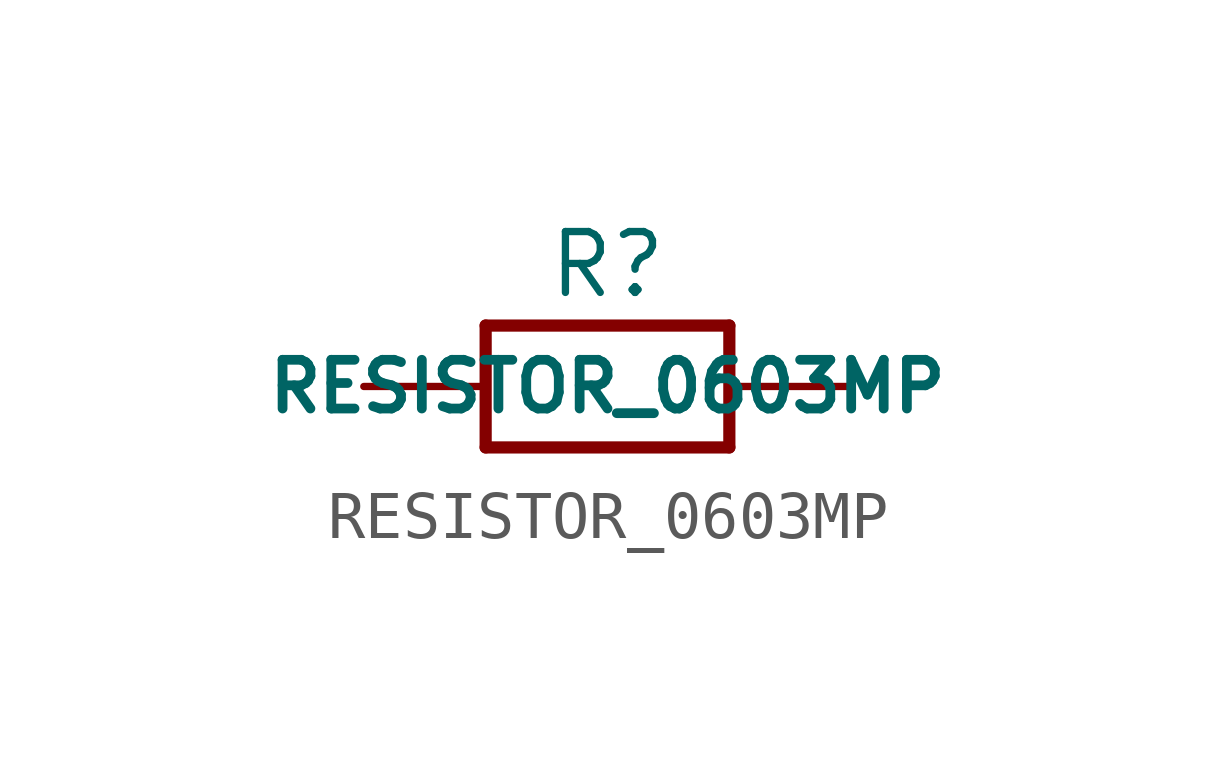
<source format=kicad_sym>
(kicad_symbol_lib
  (version 20201005)
  (generator kicad_symbol_editor)
  (symbol "RESISTOR_0603MP"
    (property "Reference" "R"
      (at 0 2.54 0)
      (effects (font (size 1.27 1.27))))
    (property "Value" "RESISTOR_0603MP"
      (at 0 0 0)
      (effects (font (size 1.016 1.016) bold)))
    (property "ki_locked" ""
      (at 0 0 0)
      (effects (font (size 1.27 1.27))))
    (symbol "RESISTOR_0603MP_1_0"
      (polyline (pts (xy -2.54 -1.27) (xy -2.54 1.27)) (stroke (width 0.254)) (fill (type none)))
      (polyline (pts (xy -2.54 1.27) (xy 2.54 1.27)) (stroke (width 0.254)) (fill (type none)))
      (polyline (pts (xy 2.54 -1.27) (xy -2.54 -1.27)) (stroke (width 0.254)) (fill (type none)))
      (polyline (pts (xy 2.54 1.27) (xy 2.54 -1.27)) (stroke (width 0.254)) (fill (type none)))
      (pin passive line (at -5.08 0 0) (length 2.54) (name "1" (effects (font (size 0 0)))) (number "1" (effects (font (size 0 0)))))
      (pin passive line (at 5.08 0 180) (length 2.54) (name "2" (effects (font (size 0 0)))) (number "2" (effects (font (size 0 0))))))))
</source>
